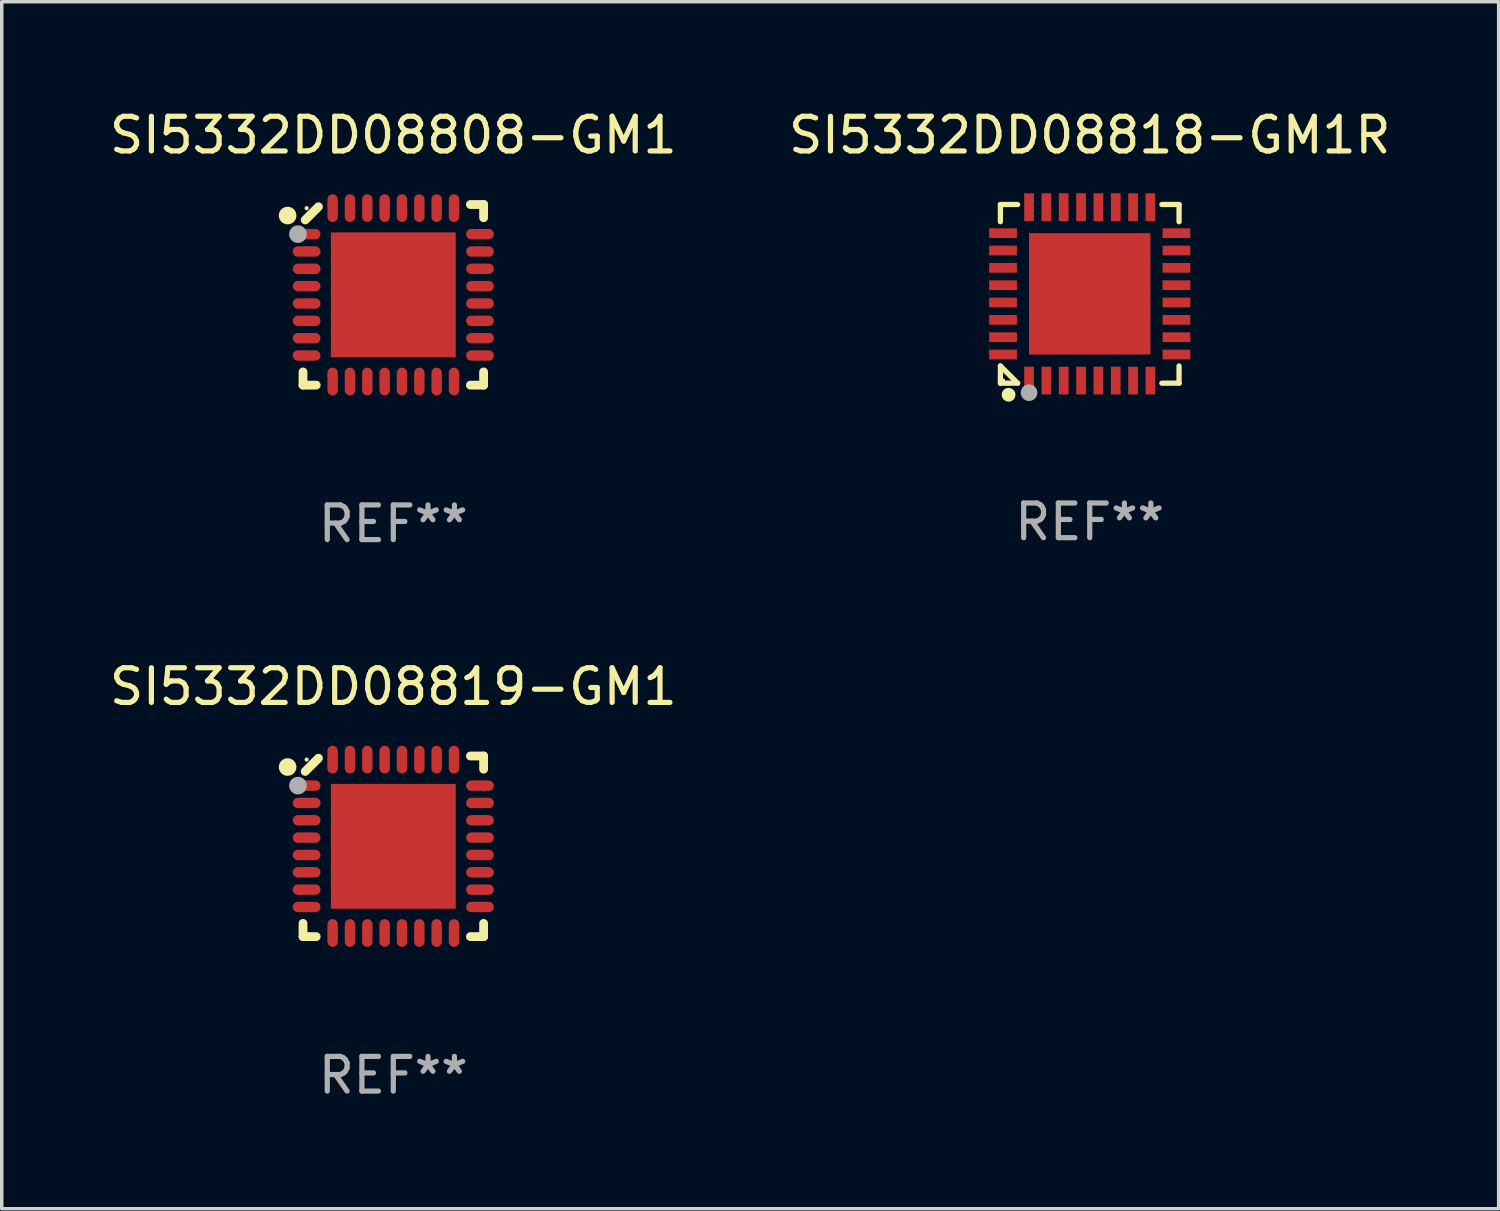
<source format=kicad_pcb>
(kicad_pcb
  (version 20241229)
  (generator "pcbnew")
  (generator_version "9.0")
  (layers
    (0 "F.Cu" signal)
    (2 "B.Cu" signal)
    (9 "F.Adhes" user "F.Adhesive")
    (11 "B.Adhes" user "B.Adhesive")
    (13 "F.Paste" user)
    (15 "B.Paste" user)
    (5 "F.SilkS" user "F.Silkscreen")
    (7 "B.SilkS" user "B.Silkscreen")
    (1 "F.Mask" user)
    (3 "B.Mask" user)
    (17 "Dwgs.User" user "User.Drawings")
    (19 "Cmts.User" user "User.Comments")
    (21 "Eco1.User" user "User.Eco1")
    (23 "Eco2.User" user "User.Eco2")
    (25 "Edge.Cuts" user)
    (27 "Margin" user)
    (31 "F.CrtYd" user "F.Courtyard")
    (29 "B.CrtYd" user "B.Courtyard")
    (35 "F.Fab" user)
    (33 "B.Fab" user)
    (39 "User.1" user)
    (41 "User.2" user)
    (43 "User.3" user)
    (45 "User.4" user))
  (footprint "SI5332DD08819-GM1"
    (layer "F.Cu")
    (at 8.292 21.355)
    (property "Reference" "SI5332DD08819-GM1" (at 0 -4.604 0) (layer "F.SilkS") (effects (font (size 1 1) (thickness 0.15))))
    (attr through_hole)
    (fp_line (start -2.604 2.223) (end -2.604 2.604) (stroke (width 0.254) (type solid)) (layer "F.SilkS"))
    (fp_line (start -2.604 2.604) (end -2.223 2.604) (stroke (width 0.254) (type solid)) (layer "F.SilkS"))
    (fp_line (start -2.159 -2.54) (end -2.54 -2.159) (stroke (width 0.254) (type solid)) (layer "F.SilkS"))
    (fp_line (start 2.223 2.604) (end 2.604 2.604) (stroke (width 0.254) (type solid)) (layer "F.SilkS"))
    (fp_line (start 2.604 -2.604) (end 2.223 -2.604) (stroke (width 0.254) (type solid)) (layer "F.SilkS"))
    (fp_line (start 2.604 -2.223) (end 2.604 -2.604) (stroke (width 0.254) (type solid)) (layer "F.SilkS"))
    (fp_line (start 2.604 2.604) (end 2.604 2.223) (stroke (width 0.254) (type solid)) (layer "F.SilkS"))
    (fp_circle (center -3.048 -2.286) (end -2.921 -2.286) (stroke (width 0.254) (type solid)) (fill no) (layer "F.SilkS"))
    (fp_circle (center -2.5 -2.5) (end -2.47 -2.5) (stroke (width 0.06) (type solid)) (fill no) (layer "F.SilkS"))
    (fp_circle (center -2.75 -1.75) (end -2.623 -1.75) (stroke (width 0.254) (type solid)) (fill no) (layer "F.Fab"))
    (fp_text user "REF**" (at 0 6.604 0) (layer "F.Fab") (effects (font (size 1 1) (thickness 0.15))))
    (pad "1" smd oval (at -2.5 -1.75) (size 0.8 0.3) (layers "F.Cu" "F.Mask" "F.Paste"))
    (pad "2" smd oval (at -2.5 -1.25) (size 0.8 0.3) (layers "F.Cu" "F.Mask" "F.Paste"))
    (pad "3" smd oval (at -2.5 -0.75) (size 0.8 0.3) (layers "F.Cu" "F.Mask" "F.Paste"))
    (pad "4" smd oval (at -2.5 -0.25) (size 0.8 0.3) (layers "F.Cu" "F.Mask" "F.Paste"))
    (pad "5" smd oval (at -2.5 0.25) (size 0.8 0.3) (layers "F.Cu" "F.Mask" "F.Paste"))
    (pad "6" smd oval (at -2.5 0.75) (size 0.8 0.3) (layers "F.Cu" "F.Mask" "F.Paste"))
    (pad "7" smd oval (at -2.5 1.25) (size 0.8 0.3) (layers "F.Cu" "F.Mask" "F.Paste"))
    (pad "8" smd oval (at -2.5 1.75) (size 0.8 0.3) (layers "F.Cu" "F.Mask" "F.Paste"))
    (pad "9" smd oval (at -1.75 2.5) (size 0.3 0.8) (layers "F.Cu" "F.Mask" "F.Paste"))
    (pad "10" smd oval (at -1.25 2.5) (size 0.3 0.8) (layers "F.Cu" "F.Mask" "F.Paste"))
    (pad "11" smd oval (at -0.75 2.5) (size 0.3 0.8) (layers "F.Cu" "F.Mask" "F.Paste"))
    (pad "12" smd oval (at -0.25 2.5) (size 0.3 0.8) (layers "F.Cu" "F.Mask" "F.Paste"))
    (pad "13" smd oval (at 0.25 2.5) (size 0.3 0.8) (layers "F.Cu" "F.Mask" "F.Paste"))
    (pad "14" smd oval (at 0.75 2.5) (size 0.3 0.8) (layers "F.Cu" "F.Mask" "F.Paste"))
    (pad "15" smd oval (at 1.25 2.5) (size 0.3 0.8) (layers "F.Cu" "F.Mask" "F.Paste"))
    (pad "16" smd oval (at 1.75 2.5) (size 0.3 0.8) (layers "F.Cu" "F.Mask" "F.Paste"))
    (pad "17" smd oval (at 2.5 1.75) (size 0.8 0.3) (layers "F.Cu" "F.Mask" "F.Paste"))
    (pad "18" smd oval (at 2.5 1.25) (size 0.8 0.3) (layers "F.Cu" "F.Mask" "F.Paste"))
    (pad "19" smd oval (at 2.5 0.75) (size 0.8 0.3) (layers "F.Cu" "F.Mask" "F.Paste"))
    (pad "20" smd oval (at 2.5 0.25) (size 0.8 0.3) (layers "F.Cu" "F.Mask" "F.Paste"))
    (pad "21" smd oval (at 2.5 -0.25) (size 0.8 0.3) (layers "F.Cu" "F.Mask" "F.Paste"))
    (pad "22" smd oval (at 2.5 -0.75) (size 0.8 0.3) (layers "F.Cu" "F.Mask" "F.Paste"))
    (pad "23" smd oval (at 2.5 -1.25) (size 0.8 0.3) (layers "F.Cu" "F.Mask" "F.Paste"))
    (pad "24" smd oval (at 2.5 -1.75) (size 0.8 0.3) (layers "F.Cu" "F.Mask" "F.Paste"))
    (pad "25" smd oval (at 1.75 -2.5) (size 0.3 0.8) (layers "F.Cu" "F.Mask" "F.Paste"))
    (pad "26" smd oval (at 1.25 -2.5) (size 0.3 0.8) (layers "F.Cu" "F.Mask" "F.Paste"))
    (pad "27" smd oval (at 0.75 -2.5) (size 0.3 0.8) (layers "F.Cu" "F.Mask" "F.Paste"))
    (pad "28" smd oval (at 0.25 -2.5) (size 0.3 0.8) (layers "F.Cu" "F.Mask" "F.Paste"))
    (pad "29" smd oval (at -0.25 -2.5) (size 0.3 0.8) (layers "F.Cu" "F.Mask" "F.Paste"))
    (pad "30" smd oval (at -0.75 -2.5) (size 0.3 0.8) (layers "F.Cu" "F.Mask" "F.Paste"))
    (pad "31" smd oval (at -1.25 -2.5) (size 0.3 0.8) (layers "F.Cu" "F.Mask" "F.Paste"))
    (pad "32" smd oval (at -1.75 -2.5) (size 0.3 0.8) (layers "F.Cu" "F.Mask" "F.Paste"))
    (pad "33" smd rect (at -0.000076 0) (size 3.6 3.6) (layers "F.Cu" "F.Mask" "F.Paste")))
  (footprint "SI5332DD08808-GM1"
    (layer "F.Cu")
    (at 8.292 5.452)
    (property "Reference" "SI5332DD08808-GM1" (at 0 -4.604 0) (layer "F.SilkS") (effects (font (size 1 1) (thickness 0.15))))
    (attr through_hole)
    (fp_line (start -2.604 2.223) (end -2.604 2.604) (stroke (width 0.254) (type solid)) (layer "F.SilkS"))
    (fp_line (start -2.604 2.604) (end -2.223 2.604) (stroke (width 0.254) (type solid)) (layer "F.SilkS"))
    (fp_line (start -2.159 -2.54) (end -2.54 -2.159) (stroke (width 0.254) (type solid)) (layer "F.SilkS"))
    (fp_line (start 2.223 2.604) (end 2.604 2.604) (stroke (width 0.254) (type solid)) (layer "F.SilkS"))
    (fp_line (start 2.604 -2.604) (end 2.223 -2.604) (stroke (width 0.254) (type solid)) (layer "F.SilkS"))
    (fp_line (start 2.604 -2.223) (end 2.604 -2.604) (stroke (width 0.254) (type solid)) (layer "F.SilkS"))
    (fp_line (start 2.604 2.604) (end 2.604 2.223) (stroke (width 0.254) (type solid)) (layer "F.SilkS"))
    (fp_circle (center -3.048 -2.286) (end -2.921 -2.286) (stroke (width 0.254) (type solid)) (fill no) (layer "F.SilkS"))
    (fp_circle (center -2.5 -2.5) (end -2.47 -2.5) (stroke (width 0.06) (type solid)) (fill no) (layer "F.SilkS"))
    (fp_circle (center -2.75 -1.75) (end -2.623 -1.75) (stroke (width 0.254) (type solid)) (fill no) (layer "F.Fab"))
    (fp_text user "REF**" (at 0 6.604 0) (layer "F.Fab") (effects (font (size 1 1) (thickness 0.15))))
    (pad "1" smd oval (at -2.5 -1.75) (size 0.8 0.3) (layers "F.Cu" "F.Mask" "F.Paste"))
    (pad "2" smd oval (at -2.5 -1.25) (size 0.8 0.3) (layers "F.Cu" "F.Mask" "F.Paste"))
    (pad "3" smd oval (at -2.5 -0.75) (size 0.8 0.3) (layers "F.Cu" "F.Mask" "F.Paste"))
    (pad "4" smd oval (at -2.5 -0.25) (size 0.8 0.3) (layers "F.Cu" "F.Mask" "F.Paste"))
    (pad "5" smd oval (at -2.5 0.25) (size 0.8 0.3) (layers "F.Cu" "F.Mask" "F.Paste"))
    (pad "6" smd oval (at -2.5 0.75) (size 0.8 0.3) (layers "F.Cu" "F.Mask" "F.Paste"))
    (pad "7" smd oval (at -2.5 1.25) (size 0.8 0.3) (layers "F.Cu" "F.Mask" "F.Paste"))
    (pad "8" smd oval (at -2.5 1.75) (size 0.8 0.3) (layers "F.Cu" "F.Mask" "F.Paste"))
    (pad "9" smd oval (at -1.75 2.5) (size 0.3 0.8) (layers "F.Cu" "F.Mask" "F.Paste"))
    (pad "10" smd oval (at -1.25 2.5) (size 0.3 0.8) (layers "F.Cu" "F.Mask" "F.Paste"))
    (pad "11" smd oval (at -0.75 2.5) (size 0.3 0.8) (layers "F.Cu" "F.Mask" "F.Paste"))
    (pad "12" smd oval (at -0.25 2.5) (size 0.3 0.8) (layers "F.Cu" "F.Mask" "F.Paste"))
    (pad "13" smd oval (at 0.25 2.5) (size 0.3 0.8) (layers "F.Cu" "F.Mask" "F.Paste"))
    (pad "14" smd oval (at 0.75 2.5) (size 0.3 0.8) (layers "F.Cu" "F.Mask" "F.Paste"))
    (pad "15" smd oval (at 1.25 2.5) (size 0.3 0.8) (layers "F.Cu" "F.Mask" "F.Paste"))
    (pad "16" smd oval (at 1.75 2.5) (size 0.3 0.8) (layers "F.Cu" "F.Mask" "F.Paste"))
    (pad "17" smd oval (at 2.5 1.75) (size 0.8 0.3) (layers "F.Cu" "F.Mask" "F.Paste"))
    (pad "18" smd oval (at 2.5 1.25) (size 0.8 0.3) (layers "F.Cu" "F.Mask" "F.Paste"))
    (pad "19" smd oval (at 2.5 0.75) (size 0.8 0.3) (layers "F.Cu" "F.Mask" "F.Paste"))
    (pad "20" smd oval (at 2.5 0.25) (size 0.8 0.3) (layers "F.Cu" "F.Mask" "F.Paste"))
    (pad "21" smd oval (at 2.5 -0.25) (size 0.8 0.3) (layers "F.Cu" "F.Mask" "F.Paste"))
    (pad "22" smd oval (at 2.5 -0.75) (size 0.8 0.3) (layers "F.Cu" "F.Mask" "F.Paste"))
    (pad "23" smd oval (at 2.5 -1.25) (size 0.8 0.3) (layers "F.Cu" "F.Mask" "F.Paste"))
    (pad "24" smd oval (at 2.5 -1.75) (size 0.8 0.3) (layers "F.Cu" "F.Mask" "F.Paste"))
    (pad "25" smd oval (at 1.75 -2.5) (size 0.3 0.8) (layers "F.Cu" "F.Mask" "F.Paste"))
    (pad "26" smd oval (at 1.25 -2.5) (size 0.3 0.8) (layers "F.Cu" "F.Mask" "F.Paste"))
    (pad "27" smd oval (at 0.75 -2.5) (size 0.3 0.8) (layers "F.Cu" "F.Mask" "F.Paste"))
    (pad "28" smd oval (at 0.25 -2.5) (size 0.3 0.8) (layers "F.Cu" "F.Mask" "F.Paste"))
    (pad "29" smd oval (at -0.25 -2.5) (size 0.3 0.8) (layers "F.Cu" "F.Mask" "F.Paste"))
    (pad "30" smd oval (at -0.75 -2.5) (size 0.3 0.8) (layers "F.Cu" "F.Mask" "F.Paste"))
    (pad "31" smd oval (at -1.25 -2.5) (size 0.3 0.8) (layers "F.Cu" "F.Mask" "F.Paste"))
    (pad "32" smd oval (at -1.75 -2.5) (size 0.3 0.8) (layers "F.Cu" "F.Mask" "F.Paste"))
    (pad "33" smd rect (at -0.000076 0) (size 3.6 3.6) (layers "F.Cu" "F.Mask" "F.Paste")))
  (footprint "SI5332DD08818-GM1R"
    (layer "F.Cu")
    (at 28.375 5.424)
    (property "Reference" "SI5332DD08818-GM1R" (at 0 -4.576 0) (layer "F.SilkS") (effects (font (size 1 1) (thickness 0.15))))
    (attr through_hole)
    (fp_line (start -2.576 -2.576) (end -2.08 -2.576) (stroke (width 0.152) (type solid)) (layer "F.SilkS"))
    (fp_line (start -2.576 -2.08) (end -2.576 -2.576) (stroke (width 0.152) (type solid)) (layer "F.SilkS"))
    (fp_line (start -2.576 2.08) (end -2.576 2.576) (stroke (width 0.152) (type solid)) (layer "F.SilkS"))
    (fp_line (start -2.576 2.08) (end -2.08 2.576) (stroke (width 0.152) (type solid)) (layer "F.SilkS"))
    (fp_line (start -2.576 2.576) (end -2.08 2.576) (stroke (width 0.152) (type solid)) (layer "F.SilkS"))
    (fp_line (start 2.576 -2.576) (end 2.08 -2.576) (stroke (width 0.152) (type solid)) (layer "F.SilkS"))
    (fp_line (start 2.576 -2.08) (end 2.576 -2.576) (stroke (width 0.152) (type solid)) (layer "F.SilkS"))
    (fp_line (start 2.576 2.08) (end 2.576 2.576) (stroke (width 0.152) (type solid)) (layer "F.SilkS"))
    (fp_line (start 2.576 2.576) (end 2.08 2.576) (stroke (width 0.152) (type solid)) (layer "F.SilkS"))
    (fp_circle (center -2.5 2.5) (end -2.47 2.5) (stroke (width 0.06) (type solid)) (fill no) (layer "F.SilkS"))
    (fp_circle (center -2.34 2.91) (end -2.24 2.91) (stroke (width 0.2) (type solid)) (fill no) (layer "F.SilkS"))
    (fp_circle (center -1.75 2.85) (end -1.63 2.85) (stroke (width 0.24) (type solid)) (fill no) (layer "F.Fab"))
    (fp_text user "REF**" (at 0 6.576 0) (layer "F.Fab") (effects (font (size 1 1) (thickness 0.15))))
    (pad "1" smd rect (at -1.75 2.5) (size 0.28 0.8) (layers "F.Cu" "F.Mask" "F.Paste"))
    (pad "2" smd rect (at -1.25 2.5) (size 0.28 0.8) (layers "F.Cu" "F.Mask" "F.Paste"))
    (pad "3" smd rect (at -0.75 2.5) (size 0.28 0.8) (layers "F.Cu" "F.Mask" "F.Paste"))
    (pad "4" smd rect (at -0.25 2.5) (size 0.28 0.8) (layers "F.Cu" "F.Mask" "F.Paste"))
    (pad "5" smd rect (at 0.25 2.5) (size 0.28 0.8) (layers "F.Cu" "F.Mask" "F.Paste"))
    (pad "6" smd rect (at 0.75 2.5) (size 0.28 0.8) (layers "F.Cu" "F.Mask" "F.Paste"))
    (pad "7" smd rect (at 1.25 2.5) (size 0.28 0.8) (layers "F.Cu" "F.Mask" "F.Paste"))
    (pad "8" smd rect (at 1.75 2.5) (size 0.28 0.8) (layers "F.Cu" "F.Mask" "F.Paste"))
    (pad "9" smd rect (at 2.5 1.75) (size 0.8 0.28) (layers "F.Cu" "F.Mask" "F.Paste"))
    (pad "10" smd rect (at 2.5 1.25) (size 0.8 0.28) (layers "F.Cu" "F.Mask" "F.Paste"))
    (pad "11" smd rect (at 2.5 0.75) (size 0.8 0.28) (layers "F.Cu" "F.Mask" "F.Paste"))
    (pad "12" smd rect (at 2.5 0.25) (size 0.8 0.28) (layers "F.Cu" "F.Mask" "F.Paste"))
    (pad "13" smd rect (at 2.5 -0.25) (size 0.8 0.28) (layers "F.Cu" "F.Mask" "F.Paste"))
    (pad "14" smd rect (at 2.5 -0.75) (size 0.8 0.28) (layers "F.Cu" "F.Mask" "F.Paste"))
    (pad "15" smd rect (at 2.5 -1.25) (size 0.8 0.28) (layers "F.Cu" "F.Mask" "F.Paste"))
    (pad "16" smd rect (at 2.5 -1.75) (size 0.8 0.28) (layers "F.Cu" "F.Mask" "F.Paste"))
    (pad "17" smd rect (at 1.75 -2.5) (size 0.28 0.8) (layers "F.Cu" "F.Mask" "F.Paste"))
    (pad "18" smd rect (at 1.25 -2.5) (size 0.28 0.8) (layers "F.Cu" "F.Mask" "F.Paste"))
    (pad "19" smd rect (at 0.75 -2.5) (size 0.28 0.8) (layers "F.Cu" "F.Mask" "F.Paste"))
    (pad "20" smd rect (at 0.25 -2.5) (size 0.28 0.8) (layers "F.Cu" "F.Mask" "F.Paste"))
    (pad "21" smd rect (at -0.25 -2.5) (size 0.28 0.8) (layers "F.Cu" "F.Mask" "F.Paste"))
    (pad "22" smd rect (at -0.75 -2.5) (size 0.28 0.8) (layers "F.Cu" "F.Mask" "F.Paste"))
    (pad "23" smd rect (at -1.25 -2.5) (size 0.28 0.8) (layers "F.Cu" "F.Mask" "F.Paste"))
    (pad "24" smd rect (at -1.75 -2.5) (size 0.28 0.8) (layers "F.Cu" "F.Mask" "F.Paste"))
    (pad "25" smd rect (at -2.5 -1.75) (size 0.8 0.28) (layers "F.Cu" "F.Mask" "F.Paste"))
    (pad "26" smd rect (at -2.5 -1.25) (size 0.8 0.28) (layers "F.Cu" "F.Mask" "F.Paste"))
    (pad "27" smd rect (at -2.5 -0.75) (size 0.8 0.28) (layers "F.Cu" "F.Mask" "F.Paste"))
    (pad "28" smd rect (at -2.5 -0.25) (size 0.8 0.28) (layers "F.Cu" "F.Mask" "F.Paste"))
    (pad "29" smd rect (at -2.5 0.25) (size 0.8 0.28) (layers "F.Cu" "F.Mask" "F.Paste"))
    (pad "30" smd rect (at -2.5 0.75) (size 0.8 0.28) (layers "F.Cu" "F.Mask" "F.Paste"))
    (pad "31" smd rect (at -2.5 1.25) (size 0.8 0.28) (layers "F.Cu" "F.Mask" "F.Paste"))
    (pad "32" smd rect (at -2.5 1.75) (size 0.8 0.28) (layers "F.Cu" "F.Mask" "F.Paste"))
    (pad "33" smd rect (at 0 0) (size 3.5 3.5) (layers "F.Cu" "F.Mask" "F.Paste")))
  (gr_rect
    (start -3 -3)
    (end 40.167 31.807)
    (stroke (width 0.1) (type default))
    (fill no)
    (layer "Edge.Cuts")))
</source>
